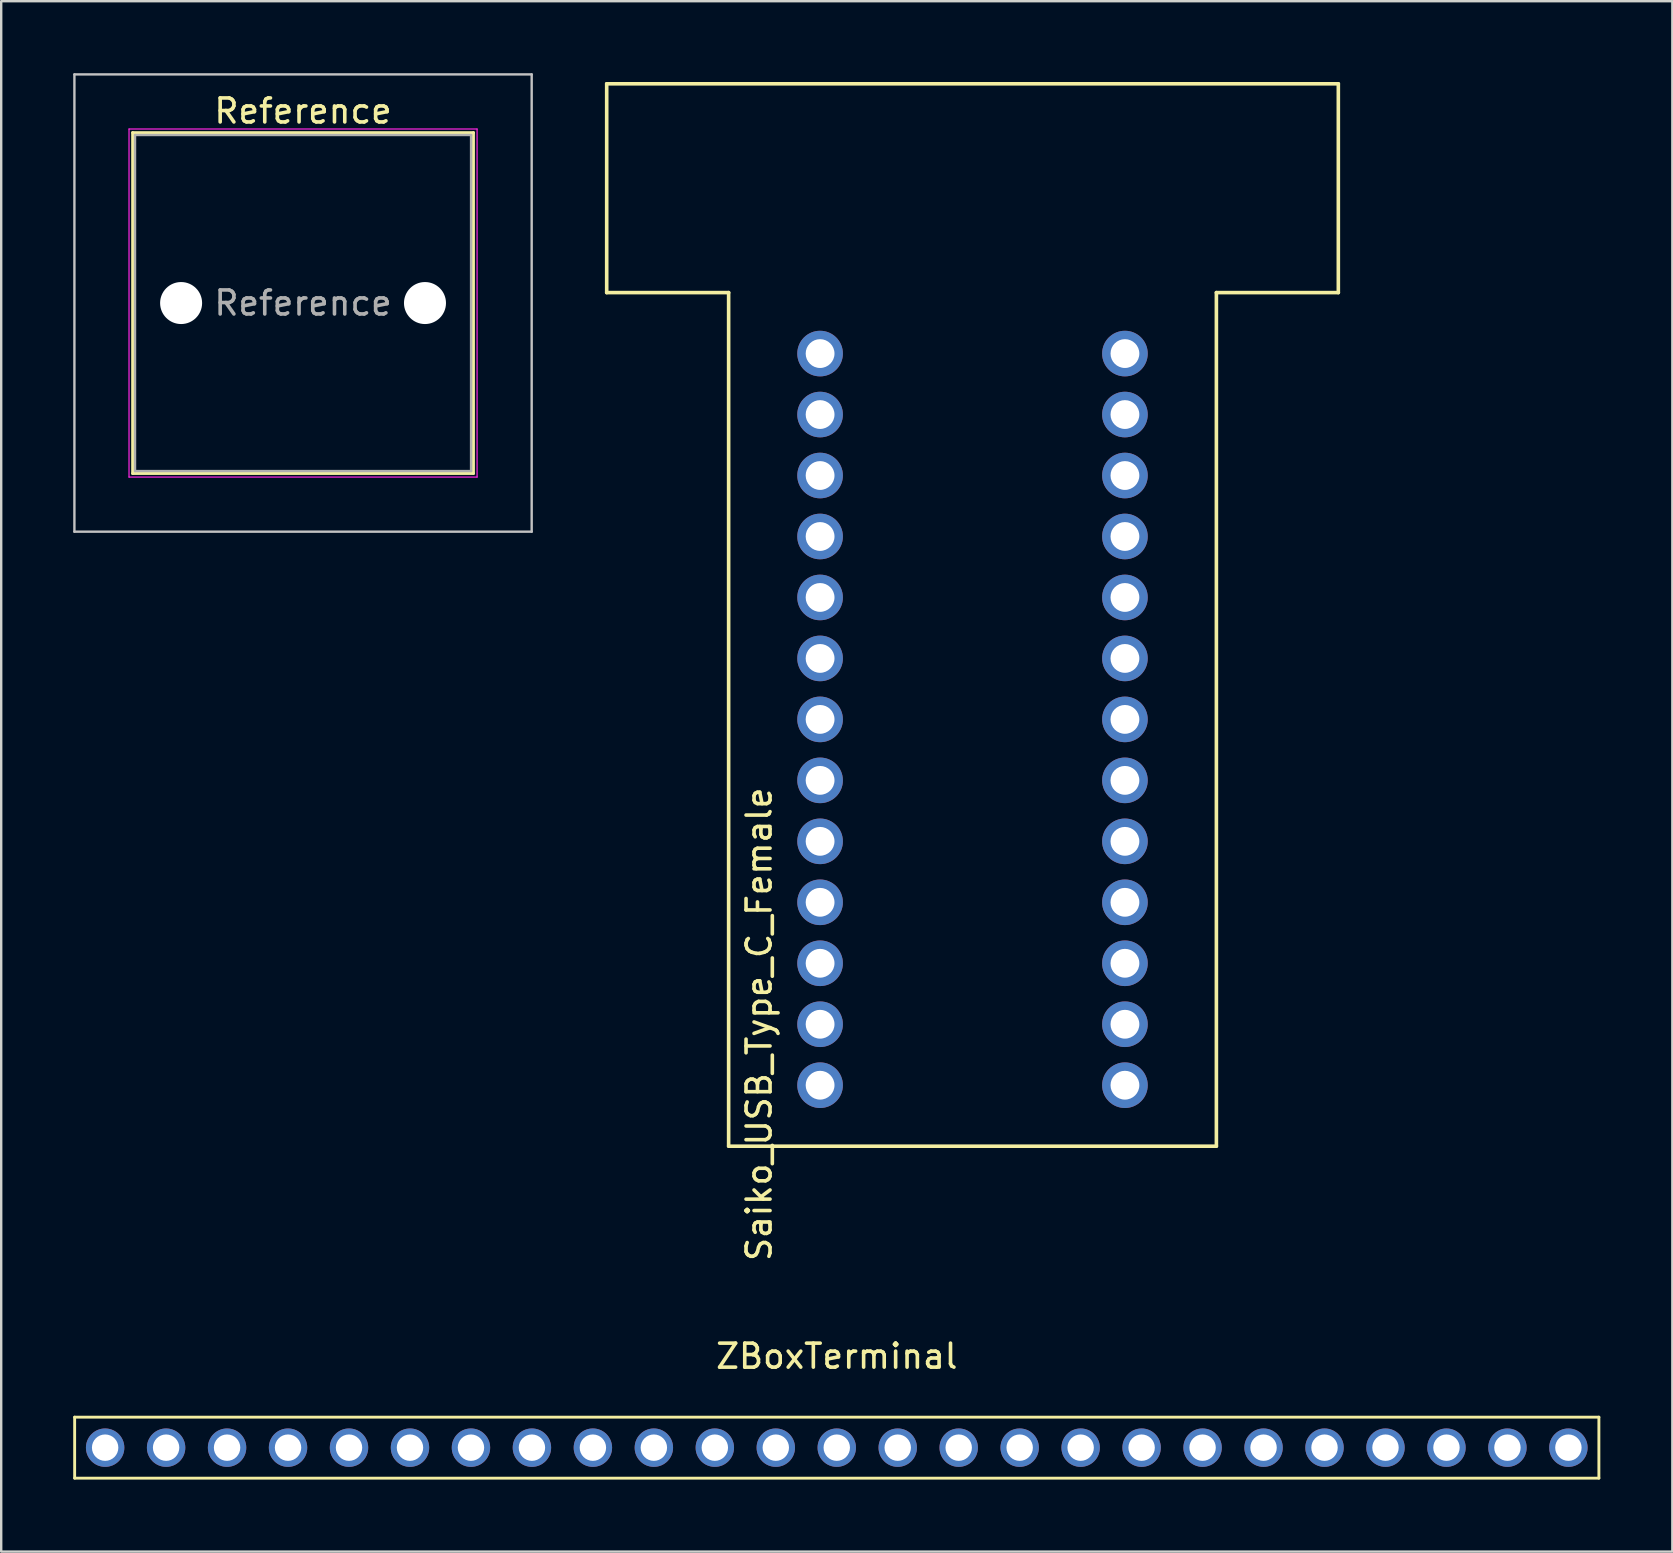
<source format=kicad_pcb>
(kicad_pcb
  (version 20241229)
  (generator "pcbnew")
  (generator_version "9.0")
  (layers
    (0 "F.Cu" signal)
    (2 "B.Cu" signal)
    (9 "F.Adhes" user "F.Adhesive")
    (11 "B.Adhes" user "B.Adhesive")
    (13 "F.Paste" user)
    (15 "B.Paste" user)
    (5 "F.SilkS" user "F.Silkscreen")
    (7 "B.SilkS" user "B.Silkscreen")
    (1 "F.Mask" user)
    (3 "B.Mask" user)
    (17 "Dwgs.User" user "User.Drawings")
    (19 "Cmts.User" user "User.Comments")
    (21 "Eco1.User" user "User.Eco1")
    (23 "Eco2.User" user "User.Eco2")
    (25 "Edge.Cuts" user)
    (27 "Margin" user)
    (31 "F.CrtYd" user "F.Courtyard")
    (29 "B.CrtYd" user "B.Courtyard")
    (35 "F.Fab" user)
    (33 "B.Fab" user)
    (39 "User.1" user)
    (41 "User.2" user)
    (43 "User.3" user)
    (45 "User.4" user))
  (footprint "Saiko_USB_Type_C_Female"
    (layer "F.Cu")
    (at 37.465 0.25)
    (property "Reference" "Saiko_USB_Type_C_Female" (at -8.89 39.37 270) (layer "F.SilkS") (effects (font (size 1 1) (thickness 0.15))))
    (attr through_hole)
    (fp_line (start -15.24 0.19) (end 15.24 0.19) (stroke (width 0.15) (type solid)) (layer "F.SilkS"))
    (fp_line (start -15.24 8.89) (end -15.24 0.19) (stroke (width 0.15) (type solid)) (layer "F.SilkS"))
    (fp_line (start -10.16 8.89) (end -15.24 8.89) (stroke (width 0.15) (type solid)) (layer "F.SilkS"))
    (fp_line (start -10.16 8.89) (end -10.16 44.45) (stroke (width 0.15) (type solid)) (layer "F.SilkS"))
    (fp_line (start -10.16 44.45) (end 10.16 44.45) (stroke (width 0.15) (type solid)) (layer "F.SilkS"))
    (fp_line (start 10.16 44.45) (end 10.16 8.89) (stroke (width 0.15) (type solid)) (layer "F.SilkS"))
    (fp_line (start 15.24 0.19) (end 15.24 8.89) (stroke (width 0.15) (type solid)) (layer "F.SilkS"))
    (fp_line (start 15.24 8.89) (end 10.16 8.89) (stroke (width 0.15) (type solid)) (layer "F.SilkS"))
    (pad "A1" thru_hole circle (at 6.35 13.97) (size 1.9 1.9) (drill 1.2) (layers "*.Cu" "*.Mask"))
    (pad "A2" thru_hole circle (at 6.35 16.51) (size 1.9 1.9) (drill 1.2) (layers "*.Cu" "*.Mask"))
    (pad "A3" thru_hole circle (at 6.35 19.05) (size 1.9 1.9) (drill 1.2) (layers "*.Cu" "*.Mask"))
    (pad "A4" thru_hole circle (at 6.35 21.59) (size 1.9 1.9) (drill 1.2) (layers "*.Cu" "*.Mask"))
    (pad "A5" thru_hole circle (at 6.35 24.13 90) (size 1.9 1.9) (drill 1.2) (layers "*.Cu" "*.Mask"))
    (pad "A6" thru_hole circle (at 6.35 26.67) (size 1.9 1.9) (drill 1.2) (layers "*.Cu" "*.Mask"))
    (pad "A7" thru_hole circle (at 6.35 29.21) (size 1.9 1.9) (drill 1.2) (layers "*.Cu" "*.Mask"))
    (pad "A8" thru_hole circle (at 6.35 31.75) (size 1.9 1.9) (drill 1.2) (layers "*.Cu" "*.Mask"))
    (pad "A9" thru_hole circle (at 6.35 34.29) (size 1.9 1.9) (drill 1.2) (layers "*.Cu" "*.Mask"))
    (pad "A10" thru_hole circle (at 6.35 36.83) (size 1.9 1.9) (drill 1.2) (layers "*.Cu" "*.Mask"))
    (pad "A11" thru_hole circle (at 6.35 39.37) (size 1.9 1.9) (drill 1.2) (layers "*.Cu" "*.Mask"))
    (pad "A12" thru_hole circle (at 6.35 41.91) (size 1.9 1.9) (drill 1.2) (layers "*.Cu" "*.Mask"))
    (pad "B1" thru_hole circle (at -6.35 41.91) (size 1.9 1.9) (drill 1.2) (layers "*.Cu" "*.Mask"))
    (pad "B2" thru_hole circle (at -6.35 39.37) (size 1.9 1.9) (drill 1.2) (layers "*.Cu" "*.Mask"))
    (pad "B3" thru_hole circle (at -6.35 36.83) (size 1.9 1.9) (drill 1.2) (layers "*.Cu" "*.Mask"))
    (pad "B4" thru_hole circle (at -6.35 34.29) (size 1.9 1.9) (drill 1.2) (layers "*.Cu" "*.Mask"))
    (pad "B5" thru_hole circle (at -6.35 31.75) (size 1.9 1.9) (drill 1.2) (layers "*.Cu" "*.Mask"))
    (pad "B6" thru_hole circle (at -6.35 29.21) (size 1.9 1.9) (drill 1.2) (layers "*.Cu" "*.Mask"))
    (pad "B7" thru_hole circle (at -6.35 26.67) (size 1.9 1.9) (drill 1.2) (layers "*.Cu" "*.Mask"))
    (pad "B8" thru_hole circle (at -6.35 24.13) (size 1.9 1.9) (drill 1.2) (layers "*.Cu" "*.Mask"))
    (pad "B9" thru_hole circle (at -6.35 21.59) (size 1.9 1.9) (drill 1.2) (layers "*.Cu" "*.Mask"))
    (pad "B10" thru_hole circle (at -6.35 19.05) (size 1.9 1.9) (drill 1.2) (layers "*.Cu" "*.Mask"))
    (pad "B11" thru_hole circle (at -6.35 16.51) (size 1.9 1.9) (drill 1.2) (layers "*.Cu" "*.Mask"))
    (pad "B12" thru_hole circle (at -6.35 13.97) (size 1.9 1.9) (drill 1.2) (layers "*.Cu" "*.Mask"))
    (pad "S1" thru_hole circle (at -6.35 11.43) (size 1.9 1.9) (drill 1.2) (layers "*.Cu" "*.Mask"))
    (pad "S1" thru_hole circle (at 6.35 11.43) (size 1.9 1.9) (drill 1.2) (layers "*.Cu" "*.Mask")))
  (footprint "ZBoxTerminal"
    (layer "F.Cu")
    (at 31.81 57.26)
    (property "Reference" "ZBoxTerminal" (at 0 -3.81 0) (layer "F.SilkS") (effects (font (size 1 1) (thickness 0.15))))
    (attr through_hole)
    (fp_line (start -31.75 -1.27) (end 31.75 -1.27) (stroke (width 0.12) (type solid)) (layer "F.SilkS"))
    (fp_line (start -31.75 1.27) (end -31.75 -1.27) (stroke (width 0.12) (type solid)) (layer "F.SilkS"))
    (fp_line (start 31.75 -1.27) (end 31.75 1.27) (stroke (width 0.12) (type solid)) (layer "F.SilkS"))
    (fp_line (start 31.75 1.27) (end -31.75 1.27) (stroke (width 0.12) (type solid)) (layer "F.SilkS"))
    (pad "0" thru_hole circle (at -30.48 0) (size 1.6 1.6) (drill 1.1) (layers "*.Cu" "*.Mask"))
    (pad "1" thru_hole circle (at -27.94 0) (size 1.6 1.6) (drill 1.1) (layers "*.Cu" "*.Mask"))
    (pad "2" thru_hole circle (at -25.4 0) (size 1.6 1.6) (drill 1.1) (layers "*.Cu" "*.Mask"))
    (pad "3" thru_hole circle (at -22.86 0) (size 1.6 1.6) (drill 1.1) (layers "*.Cu" "*.Mask"))
    (pad "4" thru_hole circle (at -20.32 0) (size 1.6 1.6) (drill 1.1) (layers "*.Cu" "*.Mask"))
    (pad "5" thru_hole circle (at -17.78 0) (size 1.6 1.6) (drill 1.1) (layers "*.Cu" "*.Mask"))
    (pad "6" thru_hole circle (at -15.24 0) (size 1.6 1.6) (drill 1.1) (layers "*.Cu" "*.Mask"))
    (pad "7" thru_hole circle (at -12.7 0) (size 1.6 1.6) (drill 1.1) (layers "*.Cu" "*.Mask"))
    (pad "8" thru_hole circle (at -10.16 0) (size 1.6 1.6) (drill 1.1) (layers "*.Cu" "*.Mask"))
    (pad "9" thru_hole circle (at -7.62 0) (size 1.6 1.6) (drill 1.1) (layers "*.Cu" "*.Mask"))
    (pad "11" thru_hole circle (at -5.08 0) (size 1.6 1.6) (drill 1.1) (layers "*.Cu" "*.Mask"))
    (pad "12" thru_hole circle (at -2.54 0) (size 1.6 1.6) (drill 1.1) (layers "*.Cu" "*.Mask"))
    (pad "13" thru_hole circle (at 0 0) (size 1.6 1.6) (drill 1.1) (layers "*.Cu" "*.Mask"))
    (pad "14" thru_hole circle (at 2.54 0) (size 1.6 1.6) (drill 1.1) (layers "*.Cu" "*.Mask"))
    (pad "15" thru_hole circle (at 5.08 0) (size 1.6 1.6) (drill 1.1) (layers "*.Cu" "*.Mask"))
    (pad "16" thru_hole circle (at 7.62 0) (size 1.6 1.6) (drill 1.1) (layers "*.Cu" "*.Mask"))
    (pad "17" thru_hole circle (at 10.16 0) (size 1.6 1.6) (drill 1.1) (layers "*.Cu" "*.Mask"))
    (pad "18" thru_hole circle (at 12.7 0) (size 1.6 1.6) (drill 1.1) (layers "*.Cu" "*.Mask"))
    (pad "19" thru_hole circle (at 15.24 0) (size 1.6 1.6) (drill 1.1) (layers "*.Cu" "*.Mask"))
    (pad "20" thru_hole circle (at 17.78 0) (size 1.6 1.6) (drill 1.1) (layers "*.Cu" "*.Mask"))
    (pad "21" thru_hole circle (at 20.32 0) (size 1.6 1.6) (drill 1.1) (layers "*.Cu" "*.Mask"))
    (pad "22" thru_hole circle (at 22.86 0) (size 1.6 1.6) (drill 1.1) (layers "*.Cu" "*.Mask"))
    (pad "23" thru_hole circle (at 25.4 0) (size 1.6 1.6) (drill 1.1) (layers "*.Cu" "*.Mask"))
    (pad "24" thru_hole circle (at 27.94 0) (size 1.6 1.6) (drill 1.1) (layers "*.Cu" "*.Mask"))
    (pad "25" thru_hole circle (at 30.48 0) (size 1.6 1.6) (drill 1.1) (layers "*.Cu" "*.Mask")))
  (footprint "Reference"
    (layer "F.Cu")
    (at 9.575 9.575)
    (property "Reference" "Reference" (at 0 -8 0) (layer "F.SilkS") (effects (font (size 1 1) (thickness 0.15))))
    (attr smd)
    (fp_line (start -7.1 -7.1) (end -7.1 7.1) (stroke (width 0.12) (type solid)) (layer "F.SilkS"))
    (fp_line (start -7.1 7.1) (end 7.1 7.1) (stroke (width 0.12) (type solid)) (layer "F.SilkS"))
    (fp_line (start 7.1 -7.1) (end -7.1 -7.1) (stroke (width 0.12) (type solid)) (layer "F.SilkS"))
    (fp_line (start 7.1 7.1) (end 7.1 -7.1) (stroke (width 0.12) (type solid)) (layer "F.SilkS"))
    (fp_line (start -9.525 -9.525) (end -9.525 9.525) (stroke (width 0.1) (type solid)) (layer "Dwgs.User"))
    (fp_line (start -9.525 9.525) (end 9.525 9.525) (stroke (width 0.1) (type solid)) (layer "Dwgs.User"))
    (fp_line (start 9.525 -9.525) (end -9.525 -9.525) (stroke (width 0.1) (type solid)) (layer "Dwgs.User"))
    (fp_line (start 9.525 9.525) (end 9.525 -9.525) (stroke (width 0.1) (type solid)) (layer "Dwgs.User"))
    (fp_line (start -7.8 -6) (end -7 -6) (stroke (width 0.1) (type solid)) (layer "Eco1.User"))
    (fp_line (start -7.8 -2.9) (end -7.8 -6) (stroke (width 0.1) (type solid)) (layer "Eco1.User"))
    (fp_line (start -7.8 2.9) (end -7 2.9) (stroke (width 0.1) (type solid)) (layer "Eco1.User"))
    (fp_line (start -7.8 6) (end -7.8 2.9) (stroke (width 0.1) (type solid)) (layer "Eco1.User"))
    (fp_line (start -7 -7) (end 7 -7) (stroke (width 0.1) (type solid)) (layer "Eco1.User"))
    (fp_line (start -7 -6) (end -7 -7) (stroke (width 0.1) (type solid)) (layer "Eco1.User"))
    (fp_line (start -7 -2.9) (end -7.8 -2.9) (stroke (width 0.1) (type solid)) (layer "Eco1.User"))
    (fp_line (start -7 2.9) (end -7 -2.9) (stroke (width 0.1) (type solid)) (layer "Eco1.User"))
    (fp_line (start -7 6) (end -7.8 6) (stroke (width 0.1) (type solid)) (layer "Eco1.User"))
    (fp_line (start -7 7) (end -7 6) (stroke (width 0.1) (type solid)) (layer "Eco1.User"))
    (fp_line (start 7 -7) (end 7 -6) (stroke (width 0.1) (type solid)) (layer "Eco1.User"))
    (fp_line (start 7 -6) (end 7.8 -6) (stroke (width 0.1) (type solid)) (layer "Eco1.User"))
    (fp_line (start 7 -2.9) (end 7 2.9) (stroke (width 0.1) (type solid)) (layer "Eco1.User"))
    (fp_line (start 7 2.9) (end 7.8 2.9) (stroke (width 0.1) (type solid)) (layer "Eco1.User"))
    (fp_line (start 7 6) (end 7 7) (stroke (width 0.1) (type solid)) (layer "Eco1.User"))
    (fp_line (start 7 7) (end -7 7) (stroke (width 0.1) (type solid)) (layer "Eco1.User"))
    (fp_line (start 7.8 -6) (end 7.8 -2.9) (stroke (width 0.1) (type solid)) (layer "Eco1.User"))
    (fp_line (start 7.8 -2.9) (end 7 -2.9) (stroke (width 0.1) (type solid)) (layer "Eco1.User"))
    (fp_line (start 7.8 2.9) (end 7.8 6) (stroke (width 0.1) (type solid)) (layer "Eco1.User"))
    (fp_line (start 7.8 6) (end 7 6) (stroke (width 0.1) (type solid)) (layer "Eco1.User"))
    (fp_line (start -7.25 -7.25) (end -7.25 7.25) (stroke (width 0.05) (type solid)) (layer "F.CrtYd"))
    (fp_line (start -7.25 7.25) (end 7.25 7.25) (stroke (width 0.05) (type solid)) (layer "F.CrtYd"))
    (fp_line (start 7.25 -7.25) (end -7.25 -7.25) (stroke (width 0.05) (type solid)) (layer "F.CrtYd"))
    (fp_line (start 7.25 7.25) (end 7.25 -7.25) (stroke (width 0.05) (type solid)) (layer "F.CrtYd"))
    (fp_line (start -7 -7) (end -7 7) (stroke (width 0.1) (type solid)) (layer "F.Fab"))
    (fp_line (start -7 7) (end 7 7) (stroke (width 0.1) (type solid)) (layer "F.Fab"))
    (fp_line (start 7 -7) (end -7 -7) (stroke (width 0.1) (type solid)) (layer "F.Fab"))
    (fp_line (start 7 7) (end 7 -7) (stroke (width 0.1) (type solid)) (layer "F.Fab"))
    (fp_text user "${REFERENCE}" (at 0 0 0) (layer "F.Fab") (effects (font (size 1 1) (thickness 0.15))))
    (pad "" np_thru_hole circle (at -5.08 0) (size 1.75 1.75) (drill 1.75) (layers "*.Cu" "*.Mask"))
    (pad "" np_thru_hole circle (at 5.08 0) (size 1.75 1.75) (drill 1.75) (layers "*.Cu" "*.Mask")))
  (gr_rect
    (start -3 -3)
    (end 66.62 61.59)
    (stroke (width 0.1) (type default))
    (fill no)
    (layer "Edge.Cuts")))
</source>
